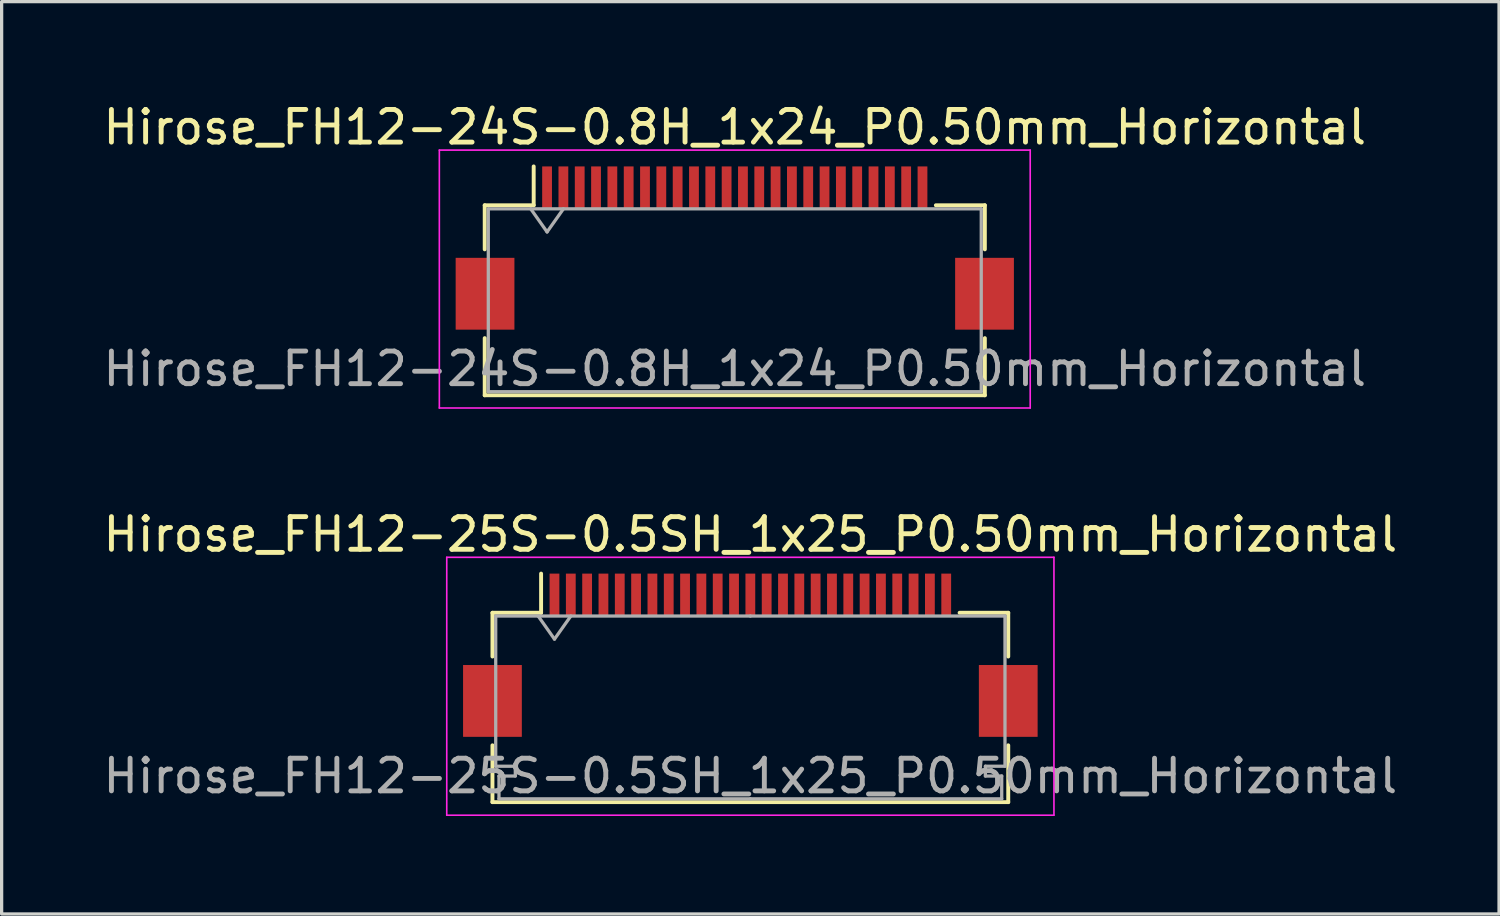
<source format=kicad_pcb>
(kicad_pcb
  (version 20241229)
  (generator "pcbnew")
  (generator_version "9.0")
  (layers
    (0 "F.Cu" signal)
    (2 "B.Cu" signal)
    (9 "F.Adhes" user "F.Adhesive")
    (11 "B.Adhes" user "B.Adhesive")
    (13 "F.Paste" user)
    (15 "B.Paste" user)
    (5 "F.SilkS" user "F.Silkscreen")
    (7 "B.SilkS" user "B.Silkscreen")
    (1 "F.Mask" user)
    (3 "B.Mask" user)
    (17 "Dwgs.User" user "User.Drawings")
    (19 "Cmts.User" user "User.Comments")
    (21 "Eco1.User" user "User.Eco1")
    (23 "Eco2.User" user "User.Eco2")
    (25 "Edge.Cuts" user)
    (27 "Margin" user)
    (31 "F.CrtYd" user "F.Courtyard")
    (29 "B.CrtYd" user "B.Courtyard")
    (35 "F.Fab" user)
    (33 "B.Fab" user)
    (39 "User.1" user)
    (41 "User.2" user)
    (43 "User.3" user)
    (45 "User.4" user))
  (footprint "Hirose_FH12-24S-0.8H_1x24_P0.50mm_Horizontal"
    (layer "F.Cu")
    (at 19.458 4.548)
    (property "Reference" "Hirose_FH12-24S-0.8H_1x24_P0.50mm_Horizontal" (at 0 -3.7 0) (layer "F.SilkS") (effects (font (size 1 1) (thickness 0.15))))
    (attr smd)
    (fp_line (start -7.66 -1.31) (end -6.16 -1.31) (stroke (width 0.12) (type solid)) (layer "F.SilkS"))
    (fp_line (start -7.66 0.04) (end -7.66 -1.31) (stroke (width 0.12) (type solid)) (layer "F.SilkS"))
    (fp_line (start -7.66 2.76) (end -7.66 4.51) (stroke (width 0.12) (type solid)) (layer "F.SilkS"))
    (fp_line (start -7.66 4.51) (end 7.66 4.51) (stroke (width 0.12) (type solid)) (layer "F.SilkS"))
    (fp_line (start -6.16 -1.31) (end -6.16 -2.5) (stroke (width 0.12) (type solid)) (layer "F.SilkS"))
    (fp_line (start 7.66 -1.31) (end 6.16 -1.31) (stroke (width 0.12) (type solid)) (layer "F.SilkS"))
    (fp_line (start 7.66 0.04) (end 7.66 -1.31) (stroke (width 0.12) (type solid)) (layer "F.SilkS"))
    (fp_line (start 7.66 4.51) (end 7.66 2.76) (stroke (width 0.12) (type solid)) (layer "F.SilkS"))
    (fp_line (start -9.05 -3) (end -9.05 4.9) (stroke (width 0.05) (type solid)) (layer "F.CrtYd"))
    (fp_line (start -9.05 4.9) (end 9.05 4.9) (stroke (width 0.05) (type solid)) (layer "F.CrtYd"))
    (fp_line (start 9.05 -3) (end -9.05 -3) (stroke (width 0.05) (type solid)) (layer "F.CrtYd"))
    (fp_line (start 9.05 4.9) (end 9.05 -3) (stroke (width 0.05) (type solid)) (layer "F.CrtYd"))
    (fp_line (start -7.55 -1.2) (end -7.55 4.4) (stroke (width 0.1) (type solid)) (layer "F.Fab"))
    (fp_line (start -7.55 -1.2) (end 7.55 -1.2) (stroke (width 0.1) (type solid)) (layer "F.Fab"))
    (fp_line (start -7.55 4.4) (end 7.55 4.4) (stroke (width 0.1) (type solid)) (layer "F.Fab"))
    (fp_line (start -6.25 -1.2) (end -5.75 -0.493) (stroke (width 0.1) (type solid)) (layer "F.Fab"))
    (fp_line (start -5.75 -0.493) (end -5.25 -1.2) (stroke (width 0.1) (type solid)) (layer "F.Fab"))
    (fp_line (start 7.55 -1.2) (end 7.55 4.4) (stroke (width 0.1) (type solid)) (layer "F.Fab"))
    (fp_text user "${REFERENCE}" (at 0 3.7 0) (layer "F.Fab") (effects (font (size 1 1) (thickness 0.15))))
    (pad "" smd rect (at -7.65 1.4) (size 1.8 2.2) (layers "F.Cu" "F.Mask" "F.Paste"))
    (pad "" smd rect (at 7.65 1.4) (size 1.8 2.2) (layers "F.Cu" "F.Mask" "F.Paste"))
    (pad "1" smd rect (at -5.75 -1.85) (size 0.3 1.3) (layers "F.Cu" "F.Mask" "F.Paste"))
    (pad "2" smd rect (at -5.25 -1.85) (size 0.3 1.3) (layers "F.Cu" "F.Mask" "F.Paste"))
    (pad "3" smd rect (at -4.75 -1.85) (size 0.3 1.3) (layers "F.Cu" "F.Mask" "F.Paste"))
    (pad "4" smd rect (at -4.25 -1.85) (size 0.3 1.3) (layers "F.Cu" "F.Mask" "F.Paste"))
    (pad "5" smd rect (at -3.75 -1.85) (size 0.3 1.3) (layers "F.Cu" "F.Mask" "F.Paste"))
    (pad "6" smd rect (at -3.25 -1.85) (size 0.3 1.3) (layers "F.Cu" "F.Mask" "F.Paste"))
    (pad "7" smd rect (at -2.75 -1.85) (size 0.3 1.3) (layers "F.Cu" "F.Mask" "F.Paste"))
    (pad "8" smd rect (at -2.25 -1.85) (size 0.3 1.3) (layers "F.Cu" "F.Mask" "F.Paste"))
    (pad "9" smd rect (at -1.75 -1.85) (size 0.3 1.3) (layers "F.Cu" "F.Mask" "F.Paste"))
    (pad "10" smd rect (at -1.25 -1.85) (size 0.3 1.3) (layers "F.Cu" "F.Mask" "F.Paste"))
    (pad "11" smd rect (at -0.75 -1.85) (size 0.3 1.3) (layers "F.Cu" "F.Mask" "F.Paste"))
    (pad "12" smd rect (at -0.25 -1.85) (size 0.3 1.3) (layers "F.Cu" "F.Mask" "F.Paste"))
    (pad "13" smd rect (at 0.25 -1.85) (size 0.3 1.3) (layers "F.Cu" "F.Mask" "F.Paste"))
    (pad "14" smd rect (at 0.75 -1.85) (size 0.3 1.3) (layers "F.Cu" "F.Mask" "F.Paste"))
    (pad "15" smd rect (at 1.25 -1.85) (size 0.3 1.3) (layers "F.Cu" "F.Mask" "F.Paste"))
    (pad "16" smd rect (at 1.75 -1.85) (size 0.3 1.3) (layers "F.Cu" "F.Mask" "F.Paste"))
    (pad "17" smd rect (at 2.25 -1.85) (size 0.3 1.3) (layers "F.Cu" "F.Mask" "F.Paste"))
    (pad "18" smd rect (at 2.75 -1.85) (size 0.3 1.3) (layers "F.Cu" "F.Mask" "F.Paste"))
    (pad "19" smd rect (at 3.25 -1.85) (size 0.3 1.3) (layers "F.Cu" "F.Mask" "F.Paste"))
    (pad "20" smd rect (at 3.75 -1.85) (size 0.3 1.3) (layers "F.Cu" "F.Mask" "F.Paste"))
    (pad "21" smd rect (at 4.25 -1.85) (size 0.3 1.3) (layers "F.Cu" "F.Mask" "F.Paste"))
    (pad "22" smd rect (at 4.75 -1.85) (size 0.3 1.3) (layers "F.Cu" "F.Mask" "F.Paste"))
    (pad "23" smd rect (at 5.25 -1.85) (size 0.3 1.3) (layers "F.Cu" "F.Mask" "F.Paste"))
    (pad "24" smd rect (at 5.75 -1.85) (size 0.3 1.3) (layers "F.Cu" "F.Mask" "F.Paste")))
  (footprint "Hirose_FH12-25S-0.5SH_1x25_P0.50mm_Horizontal"
    (layer "F.Cu")
    (at 19.935 17.021)
    (property "Reference" "Hirose_FH12-25S-0.5SH_1x25_P0.50mm_Horizontal" (at 0 -3.7 0) (layer "F.SilkS") (effects (font (size 1 1) (thickness 0.15))))
    (attr smd)
    (fp_line (start -7.9 -1.3) (end -7.9 0.04) (stroke (width 0.12) (type solid)) (layer "F.SilkS"))
    (fp_line (start -7.9 2.76) (end -7.9 4.5) (stroke (width 0.12) (type solid)) (layer "F.SilkS"))
    (fp_line (start -7.9 4.5) (end 7.9 4.5) (stroke (width 0.12) (type solid)) (layer "F.SilkS"))
    (fp_line (start -6.41 -1.3) (end -7.9 -1.3) (stroke (width 0.12) (type solid)) (layer "F.SilkS"))
    (fp_line (start -6.41 -1.3) (end -6.41 -2.5) (stroke (width 0.12) (type solid)) (layer "F.SilkS"))
    (fp_line (start 6.41 -1.3) (end 7.9 -1.3) (stroke (width 0.12) (type solid)) (layer "F.SilkS"))
    (fp_line (start 7.9 -1.3) (end 7.9 0.04) (stroke (width 0.12) (type solid)) (layer "F.SilkS"))
    (fp_line (start 7.9 4.5) (end 7.9 2.76) (stroke (width 0.12) (type solid)) (layer "F.SilkS"))
    (fp_line (start -9.3 -3) (end -9.3 4.9) (stroke (width 0.05) (type solid)) (layer "F.CrtYd"))
    (fp_line (start -9.3 4.9) (end 9.3 4.9) (stroke (width 0.05) (type solid)) (layer "F.CrtYd"))
    (fp_line (start 9.3 -3) (end -9.3 -3) (stroke (width 0.05) (type solid)) (layer "F.CrtYd"))
    (fp_line (start 9.3 4.9) (end 9.3 -3) (stroke (width 0.05) (type solid)) (layer "F.CrtYd"))
    (fp_line (start -7.8 -1.2) (end -7.8 3.4) (stroke (width 0.1) (type solid)) (layer "F.Fab"))
    (fp_line (start -7.8 3.4) (end -7.2 3.4) (stroke (width 0.1) (type solid)) (layer "F.Fab"))
    (fp_line (start -7.7 3.7) (end -7.7 4.4) (stroke (width 0.1) (type solid)) (layer "F.Fab"))
    (fp_line (start -7.7 4.4) (end 0 4.4) (stroke (width 0.1) (type solid)) (layer "F.Fab"))
    (fp_line (start -7.2 3.4) (end -7.2 3.7) (stroke (width 0.1) (type solid)) (layer "F.Fab"))
    (fp_line (start -7.2 3.7) (end -7.7 3.7) (stroke (width 0.1) (type solid)) (layer "F.Fab"))
    (fp_line (start -6.5 -1.2) (end -6 -0.493) (stroke (width 0.1) (type solid)) (layer "F.Fab"))
    (fp_line (start -6 -0.493) (end -5.5 -1.2) (stroke (width 0.1) (type solid)) (layer "F.Fab"))
    (fp_line (start 0 -1.2) (end -7.8 -1.2) (stroke (width 0.1) (type solid)) (layer "F.Fab"))
    (fp_line (start 0 -1.2) (end 7.8 -1.2) (stroke (width 0.1) (type solid)) (layer "F.Fab"))
    (fp_line (start 7.2 3.4) (end 7.2 3.7) (stroke (width 0.1) (type solid)) (layer "F.Fab"))
    (fp_line (start 7.2 3.7) (end 7.7 3.7) (stroke (width 0.1) (type solid)) (layer "F.Fab"))
    (fp_line (start 7.7 3.7) (end 7.7 4.4) (stroke (width 0.1) (type solid)) (layer "F.Fab"))
    (fp_line (start 7.7 4.4) (end 0 4.4) (stroke (width 0.1) (type solid)) (layer "F.Fab"))
    (fp_line (start 7.8 -1.2) (end 7.8 3.4) (stroke (width 0.1) (type solid)) (layer "F.Fab"))
    (fp_line (start 7.8 3.4) (end 7.2 3.4) (stroke (width 0.1) (type solid)) (layer "F.Fab"))
    (fp_text user "${REFERENCE}" (at 0 3.7 0) (layer "F.Fab") (effects (font (size 1 1) (thickness 0.15))))
    (pad "" smd rect (at -7.9 1.4) (size 1.8 2.2) (layers "F.Cu" "F.Mask" "F.Paste"))
    (pad "" smd rect (at 7.9 1.4) (size 1.8 2.2) (layers "F.Cu" "F.Mask" "F.Paste"))
    (pad "1" smd rect (at -6 -1.85) (size 0.3 1.3) (layers "F.Cu" "F.Mask" "F.Paste"))
    (pad "2" smd rect (at -5.5 -1.85) (size 0.3 1.3) (layers "F.Cu" "F.Mask" "F.Paste"))
    (pad "3" smd rect (at -5 -1.85) (size 0.3 1.3) (layers "F.Cu" "F.Mask" "F.Paste"))
    (pad "4" smd rect (at -4.5 -1.85) (size 0.3 1.3) (layers "F.Cu" "F.Mask" "F.Paste"))
    (pad "5" smd rect (at -4 -1.85) (size 0.3 1.3) (layers "F.Cu" "F.Mask" "F.Paste"))
    (pad "6" smd rect (at -3.5 -1.85) (size 0.3 1.3) (layers "F.Cu" "F.Mask" "F.Paste"))
    (pad "7" smd rect (at -3 -1.85) (size 0.3 1.3) (layers "F.Cu" "F.Mask" "F.Paste"))
    (pad "8" smd rect (at -2.5 -1.85) (size 0.3 1.3) (layers "F.Cu" "F.Mask" "F.Paste"))
    (pad "9" smd rect (at -2 -1.85) (size 0.3 1.3) (layers "F.Cu" "F.Mask" "F.Paste"))
    (pad "10" smd rect (at -1.5 -1.85) (size 0.3 1.3) (layers "F.Cu" "F.Mask" "F.Paste"))
    (pad "11" smd rect (at -1 -1.85) (size 0.3 1.3) (layers "F.Cu" "F.Mask" "F.Paste"))
    (pad "12" smd rect (at -0.5 -1.85) (size 0.3 1.3) (layers "F.Cu" "F.Mask" "F.Paste"))
    (pad "13" smd rect (at 0 -1.85) (size 0.3 1.3) (layers "F.Cu" "F.Mask" "F.Paste"))
    (pad "14" smd rect (at 0.5 -1.85) (size 0.3 1.3) (layers "F.Cu" "F.Mask" "F.Paste"))
    (pad "15" smd rect (at 1 -1.85) (size 0.3 1.3) (layers "F.Cu" "F.Mask" "F.Paste"))
    (pad "16" smd rect (at 1.5 -1.85) (size 0.3 1.3) (layers "F.Cu" "F.Mask" "F.Paste"))
    (pad "17" smd rect (at 2 -1.85) (size 0.3 1.3) (layers "F.Cu" "F.Mask" "F.Paste"))
    (pad "18" smd rect (at 2.5 -1.85) (size 0.3 1.3) (layers "F.Cu" "F.Mask" "F.Paste"))
    (pad "19" smd rect (at 3 -1.85) (size 0.3 1.3) (layers "F.Cu" "F.Mask" "F.Paste"))
    (pad "20" smd rect (at 3.5 -1.85) (size 0.3 1.3) (layers "F.Cu" "F.Mask" "F.Paste"))
    (pad "21" smd rect (at 4 -1.85) (size 0.3 1.3) (layers "F.Cu" "F.Mask" "F.Paste"))
    (pad "22" smd rect (at 4.5 -1.85) (size 0.3 1.3) (layers "F.Cu" "F.Mask" "F.Paste"))
    (pad "23" smd rect (at 5 -1.85) (size 0.3 1.3) (layers "F.Cu" "F.Mask" "F.Paste"))
    (pad "24" smd rect (at 5.5 -1.85) (size 0.3 1.3) (layers "F.Cu" "F.Mask" "F.Paste"))
    (pad "25" smd rect (at 6 -1.85) (size 0.3 1.3) (layers "F.Cu" "F.Mask" "F.Paste")))
  (gr_rect
    (start -3 -3)
    (end 42.869 24.947)
    (stroke (width 0.1) (type default))
    (fill no)
    (layer "Edge.Cuts")))
</source>
